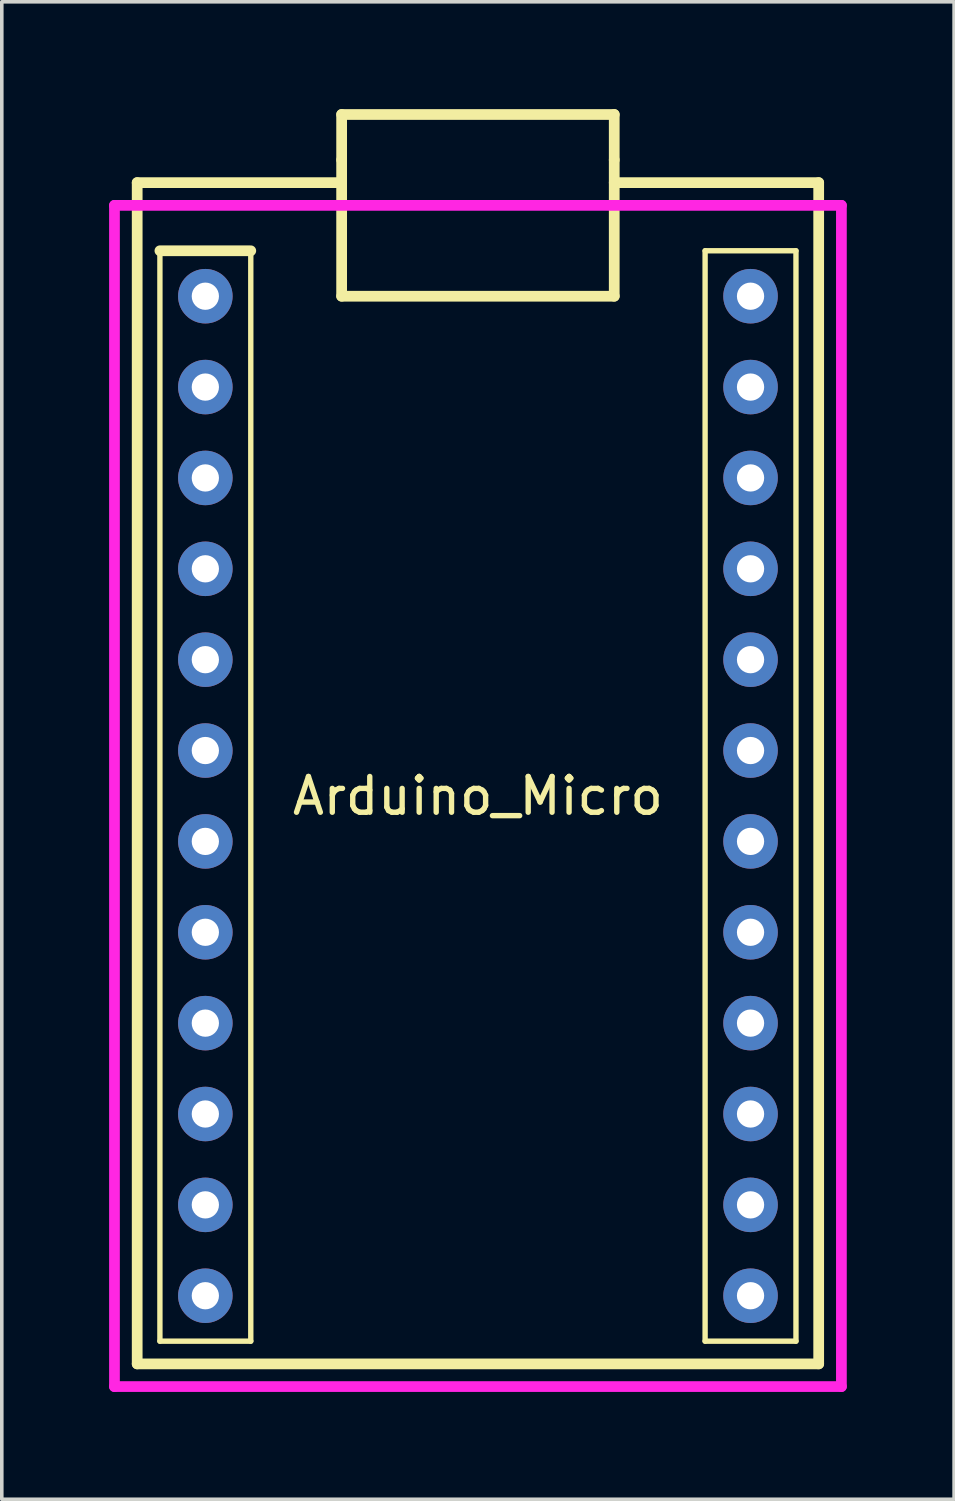
<source format=kicad_pcb>
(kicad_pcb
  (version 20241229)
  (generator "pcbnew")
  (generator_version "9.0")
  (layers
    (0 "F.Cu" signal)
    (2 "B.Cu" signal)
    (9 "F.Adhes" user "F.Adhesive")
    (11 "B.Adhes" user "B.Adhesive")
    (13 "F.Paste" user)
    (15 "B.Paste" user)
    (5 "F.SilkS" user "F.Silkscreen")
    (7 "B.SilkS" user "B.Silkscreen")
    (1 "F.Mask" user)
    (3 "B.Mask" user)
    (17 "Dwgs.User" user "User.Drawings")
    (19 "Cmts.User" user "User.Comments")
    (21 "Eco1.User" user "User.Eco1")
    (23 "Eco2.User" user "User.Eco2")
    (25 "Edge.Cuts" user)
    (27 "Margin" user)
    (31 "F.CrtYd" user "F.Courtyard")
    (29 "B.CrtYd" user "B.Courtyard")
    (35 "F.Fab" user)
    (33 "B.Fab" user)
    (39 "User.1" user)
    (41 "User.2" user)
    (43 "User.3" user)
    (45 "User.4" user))
  (footprint "Arduino_Micro"
    (layer "F.Cu")
    (at 10.31 19.2)
    (property "Reference" "Arduino_Micro" (at 0 0 0) (layer "F.SilkS") (effects (font (size 1 1) (thickness 0.15))))
    (attr through_hole)
    (fp_line (start -9.525 -17.145) (end -9.525 15.875) (stroke (width 0.3) (type solid)) (layer "F.SilkS"))
    (fp_line (start -9.525 15.875) (end 9.525 15.875) (stroke (width 0.3) (type solid)) (layer "F.SilkS"))
    (fp_line (start -8.89 -15.24) (end -6.35 -15.24) (stroke (width 0.15) (type solid)) (layer "F.SilkS"))
    (fp_line (start -8.89 -15.24) (end -6.35 -15.24) (stroke (width 0.3) (type solid)) (layer "F.SilkS"))
    (fp_line (start -8.89 15.24) (end -8.89 -15.24) (stroke (width 0.15) (type solid)) (layer "F.SilkS"))
    (fp_line (start -6.35 -15.24) (end -6.35 15.24) (stroke (width 0.15) (type solid)) (layer "F.SilkS"))
    (fp_line (start -6.35 15.24) (end -8.89 15.24) (stroke (width 0.15) (type solid)) (layer "F.SilkS"))
    (fp_line (start -3.81 -19.05) (end 3.81 -19.05) (stroke (width 0.3) (type solid)) (layer "F.SilkS"))
    (fp_line (start -3.81 -17.78) (end -3.81 -19.05) (stroke (width 0.3) (type solid)) (layer "F.SilkS"))
    (fp_line (start -3.81 -17.78) (end -3.81 -13.97) (stroke (width 0.3) (type solid)) (layer "F.SilkS"))
    (fp_line (start -3.81 -17.145) (end -9.525 -17.145) (stroke (width 0.3) (type solid)) (layer "F.SilkS"))
    (fp_line (start -3.81 -13.97) (end 3.81 -13.97) (stroke (width 0.3) (type solid)) (layer "F.SilkS"))
    (fp_line (start 3.81 -19.05) (end 3.81 -17.78) (stroke (width 0.3) (type solid)) (layer "F.SilkS"))
    (fp_line (start 3.81 -13.97) (end 3.81 -17.78) (stroke (width 0.3) (type solid)) (layer "F.SilkS"))
    (fp_line (start 6.35 -15.24) (end 8.89 -15.24) (stroke (width 0.15) (type solid)) (layer "F.SilkS"))
    (fp_line (start 6.35 15.24) (end 6.35 -15.24) (stroke (width 0.15) (type solid)) (layer "F.SilkS"))
    (fp_line (start 8.89 -15.24) (end 8.89 15.24) (stroke (width 0.15) (type solid)) (layer "F.SilkS"))
    (fp_line (start 8.89 15.24) (end 6.35 15.24) (stroke (width 0.15) (type solid)) (layer "F.SilkS"))
    (fp_line (start 9.525 -17.145) (end 3.81 -17.145) (stroke (width 0.3) (type solid)) (layer "F.SilkS"))
    (fp_line (start 9.525 15.875) (end 9.525 -17.145) (stroke (width 0.3) (type solid)) (layer "F.SilkS"))
    (fp_line (start -10.16 -16.51) (end 10.16 -16.51) (stroke (width 0.3) (type solid)) (layer "F.CrtYd"))
    (fp_line (start -10.16 16.51) (end -10.16 -16.51) (stroke (width 0.3) (type solid)) (layer "F.CrtYd"))
    (fp_line (start 10.16 -16.51) (end 10.16 16.51) (stroke (width 0.3) (type solid)) (layer "F.CrtYd"))
    (fp_line (start 10.16 16.51) (end -10.16 16.51) (stroke (width 0.3) (type solid)) (layer "F.CrtYd"))
    (pad "1" thru_hole circle (at -7.62 -13.97) (size 1.524 1.524) (drill 0.762) (layers "*.Cu" "*.Mask"))
    (pad "2" thru_hole circle (at -7.62 -11.43) (size 1.524 1.524) (drill 0.762) (layers "*.Cu" "*.Mask"))
    (pad "3" thru_hole circle (at -7.62 -8.89) (size 1.524 1.524) (drill 0.762) (layers "*.Cu" "*.Mask"))
    (pad "4" thru_hole circle (at -7.62 -6.35) (size 1.524 1.524) (drill 0.762) (layers "*.Cu" "*.Mask"))
    (pad "5" thru_hole circle (at -7.62 -3.81) (size 1.524 1.524) (drill 0.762) (layers "*.Cu" "*.Mask"))
    (pad "6" thru_hole circle (at -7.62 -1.27) (size 1.524 1.524) (drill 0.762) (layers "*.Cu" "*.Mask"))
    (pad "7" thru_hole circle (at -7.62 1.27) (size 1.524 1.524) (drill 0.762) (layers "*.Cu" "*.Mask"))
    (pad "8" thru_hole circle (at -7.62 3.81) (size 1.524 1.524) (drill 0.762) (layers "*.Cu" "*.Mask"))
    (pad "9" thru_hole circle (at -7.62 6.35) (size 1.524 1.524) (drill 0.762) (layers "*.Cu" "*.Mask"))
    (pad "10" thru_hole circle (at -7.62 8.89) (size 1.524 1.524) (drill 0.762) (layers "*.Cu" "*.Mask"))
    (pad "11" thru_hole circle (at -7.62 11.43) (size 1.524 1.524) (drill 0.762) (layers "*.Cu" "*.Mask"))
    (pad "12" thru_hole circle (at -7.62 13.97) (size 1.524 1.524) (drill 0.762) (layers "*.Cu" "*.Mask"))
    (pad "13" thru_hole circle (at 7.62 13.97) (size 1.524 1.524) (drill 0.762) (layers "*.Cu" "*.Mask"))
    (pad "14" thru_hole circle (at 7.62 11.43) (size 1.524 1.524) (drill 0.762) (layers "*.Cu" "*.Mask"))
    (pad "15" thru_hole circle (at 7.62 8.89) (size 1.524 1.524) (drill 0.762) (layers "*.Cu" "*.Mask"))
    (pad "16" thru_hole circle (at 7.62 6.35) (size 1.524 1.524) (drill 0.762) (layers "*.Cu" "*.Mask"))
    (pad "17" thru_hole circle (at 7.62 3.81) (size 1.524 1.524) (drill 0.762) (layers "*.Cu" "*.Mask"))
    (pad "18" thru_hole circle (at 7.62 1.27) (size 1.524 1.524) (drill 0.762) (layers "*.Cu" "*.Mask"))
    (pad "19" thru_hole circle (at 7.62 -1.27) (size 1.524 1.524) (drill 0.762) (layers "*.Cu" "*.Mask"))
    (pad "20" thru_hole circle (at 7.62 -3.81) (size 1.524 1.524) (drill 0.762) (layers "*.Cu" "*.Mask"))
    (pad "21" thru_hole circle (at 7.62 -6.35) (size 1.524 1.524) (drill 0.762) (layers "*.Cu" "*.Mask"))
    (pad "22" thru_hole circle (at 7.62 -8.89) (size 1.524 1.524) (drill 0.762) (layers "*.Cu" "*.Mask"))
    (pad "23" thru_hole circle (at 7.62 -11.43) (size 1.524 1.524) (drill 0.762) (layers "*.Cu" "*.Mask"))
    (pad "24" thru_hole circle (at 7.62 -13.97) (size 1.524 1.524) (drill 0.762) (layers "*.Cu" "*.Mask")))
  (gr_rect
    (start -3 -3)
    (end 23.62 38.86)
    (stroke (width 0.1) (type default))
    (fill no)
    (layer "Edge.Cuts")))
</source>
